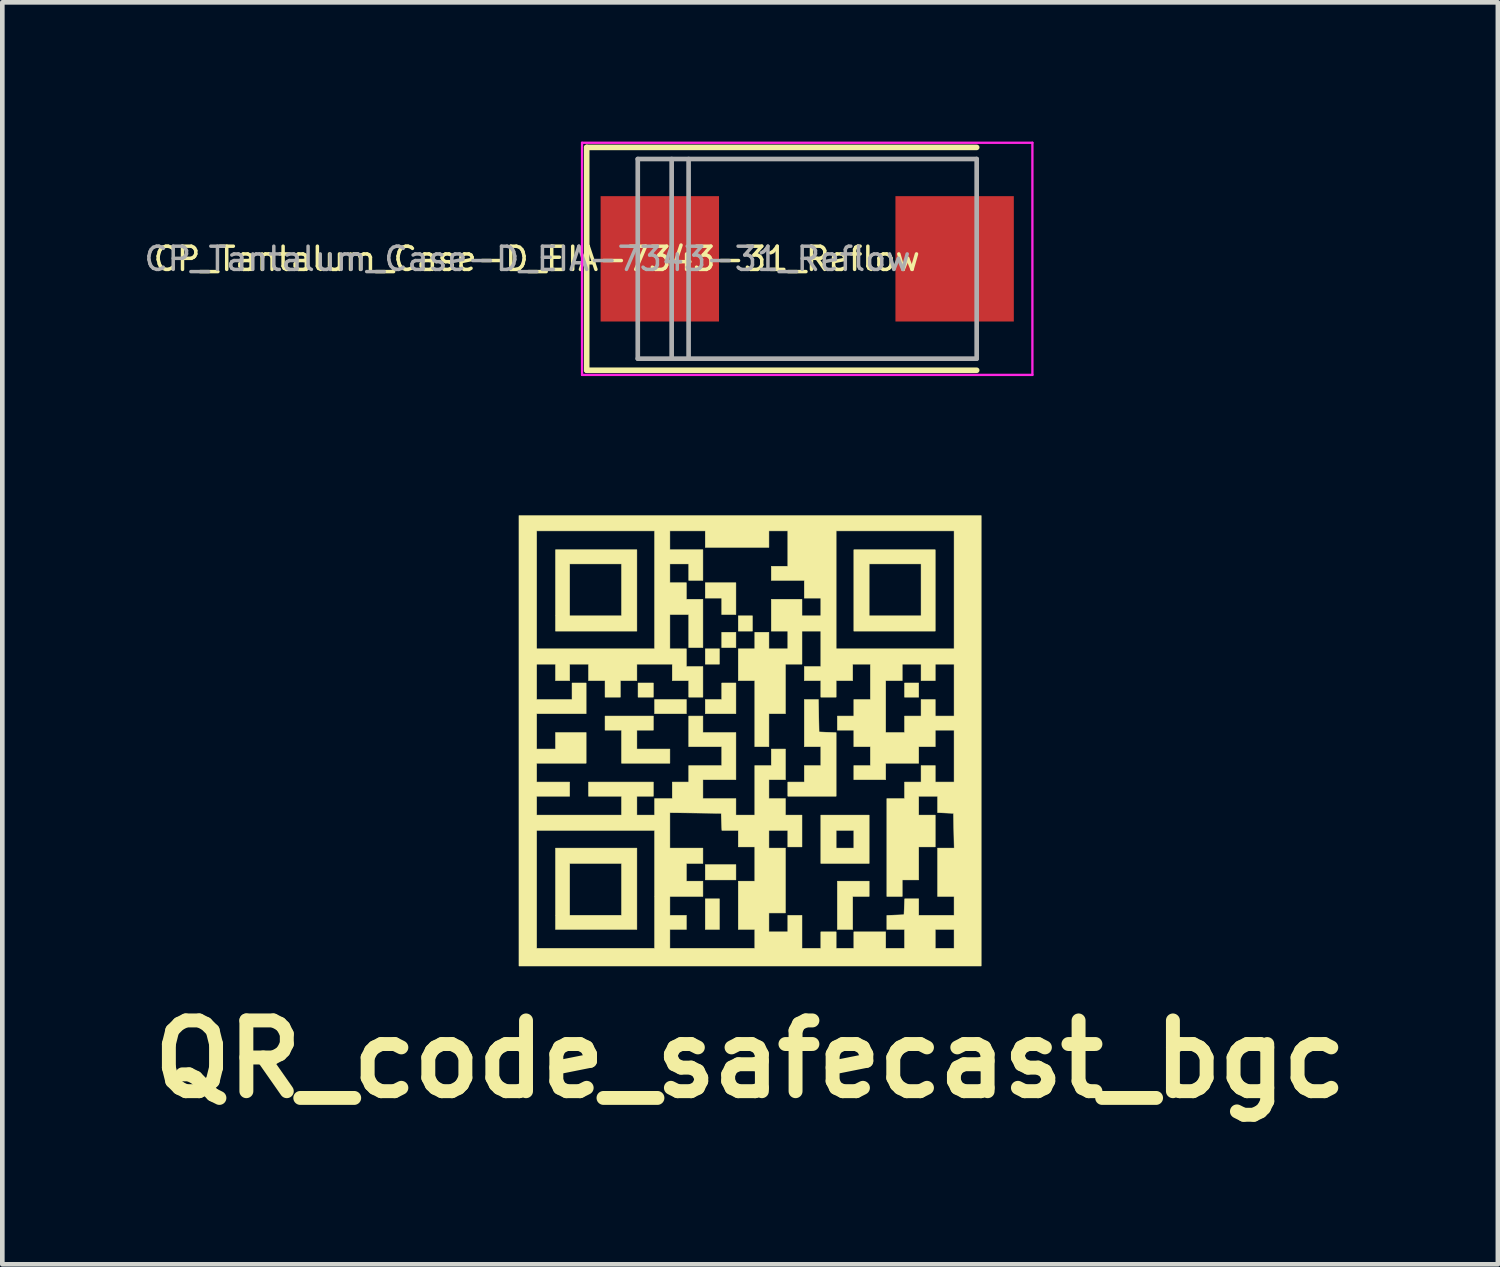
<source format=kicad_pcb>
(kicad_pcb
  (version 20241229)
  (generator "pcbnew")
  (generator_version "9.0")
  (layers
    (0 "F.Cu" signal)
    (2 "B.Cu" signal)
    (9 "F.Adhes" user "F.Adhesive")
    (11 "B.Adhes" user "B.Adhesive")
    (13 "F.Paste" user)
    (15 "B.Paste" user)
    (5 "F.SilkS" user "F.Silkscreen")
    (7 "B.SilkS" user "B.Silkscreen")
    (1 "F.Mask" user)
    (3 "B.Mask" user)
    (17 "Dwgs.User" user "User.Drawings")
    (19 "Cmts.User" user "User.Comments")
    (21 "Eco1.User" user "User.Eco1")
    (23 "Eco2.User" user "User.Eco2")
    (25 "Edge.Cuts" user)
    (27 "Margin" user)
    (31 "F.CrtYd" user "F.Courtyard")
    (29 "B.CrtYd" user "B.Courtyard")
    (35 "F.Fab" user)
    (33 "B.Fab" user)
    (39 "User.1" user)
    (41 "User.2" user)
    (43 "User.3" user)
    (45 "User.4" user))
  (footprint "CP_Tantalum_Case-D_EIA-7343-31_Reflow"
    (layer "F.Cu")
    (at 14.337 2.525)
    (property "Reference" "CP_Tantalum_Case-D_EIA-7343-31_Reflow" (at -5.825 0 0) (layer "F.SilkS") (effects (font (size 0.5 0.5) (thickness 0.075))))
    (attr smd)
    (fp_line (start -4.75 -2.4) (end -4.75 2.4) (stroke (width 0.12) (type solid)) (layer "F.SilkS"))
    (fp_line (start -4.75 -2.4) (end 3.65 -2.4) (stroke (width 0.12) (type solid)) (layer "F.SilkS"))
    (fp_line (start -4.75 2.4) (end 3.65 2.4) (stroke (width 0.12) (type solid)) (layer "F.SilkS"))
    (fp_line (start -4.85 -2.5) (end -4.85 2.5) (stroke (width 0.05) (type solid)) (layer "F.CrtYd"))
    (fp_line (start -4.85 2.5) (end 4.85 2.5) (stroke (width 0.05) (type solid)) (layer "F.CrtYd"))
    (fp_line (start 4.85 -2.5) (end -4.85 -2.5) (stroke (width 0.05) (type solid)) (layer "F.CrtYd"))
    (fp_line (start 4.85 2.5) (end 4.85 -2.5) (stroke (width 0.05) (type solid)) (layer "F.CrtYd"))
    (fp_line (start -3.65 -2.15) (end -3.65 2.15) (stroke (width 0.1) (type solid)) (layer "F.Fab"))
    (fp_line (start -3.65 2.15) (end 3.65 2.15) (stroke (width 0.1) (type solid)) (layer "F.Fab"))
    (fp_line (start -2.92 -2.15) (end -2.92 2.15) (stroke (width 0.1) (type solid)) (layer "F.Fab"))
    (fp_line (start -2.555 -2.15) (end -2.555 2.15) (stroke (width 0.1) (type solid)) (layer "F.Fab"))
    (fp_line (start 3.65 -2.15) (end -3.65 -2.15) (stroke (width 0.1) (type solid)) (layer "F.Fab"))
    (fp_line (start 3.65 2.15) (end 3.65 -2.15) (stroke (width 0.1) (type solid)) (layer "F.Fab"))
    (fp_text user "${REFERENCE}" (at -6.025 0 0) (layer "F.Fab") (effects (font (size 0.5 0.5) (thickness 0.075))))
    (pad "1" smd rect (at -3.175 0) (size 2.55 2.7) (layers "F.Cu" "F.Mask" "F.Paste"))
    (pad "2" smd rect (at 3.175 0) (size 2.55 2.7) (layers "F.Cu" "F.Mask" "F.Paste")))
  (footprint "QR_code_safecast_bgc"
    (layer "F.Cu")
    (at 13.106 12.906)
    (property "Reference" "QR_code_safecast_bgc" (at 0 6.858 0) (layer "F.SilkS") (effects (font (size 1.524 1.524) (thickness 0.3))))
    (attr through_hole)
    (fp_poly (pts (xy -2.083 -0.94) (xy -2.413 -0.94) (xy -2.413 -1.245) (xy -2.083 -1.245)) (stroke (width 0.01) (type solid)) (fill yes) (layer "F.SilkS"))
    (fp_poly (pts (xy -1.372 -0.584) (xy -2.057 -0.584) (xy -2.057 -0.889) (xy -1.372 -0.889)) (stroke (width 0.01) (type solid)) (fill yes) (layer "F.SilkS"))
    (fp_poly (pts (xy -0.66 -1.651) (xy -0.965 -1.651) (xy -0.965 -1.981) (xy -0.66 -1.981)) (stroke (width 0.01) (type solid)) (fill yes) (layer "F.SilkS"))
    (fp_poly (pts (xy -0.66 4.064) (xy -0.965 4.064) (xy -0.965 3.404) (xy -0.66 3.404)) (stroke (width 0.01) (type solid)) (fill yes) (layer "F.SilkS"))
    (fp_poly (pts (xy -0.305 -2.007) (xy -0.61 -2.007) (xy -0.61 -2.337) (xy -0.305 -2.337)) (stroke (width 0.01) (type solid)) (fill yes) (layer "F.SilkS"))
    (fp_poly (pts (xy -0.305 2.997) (xy -0.965 2.997) (xy -0.965 2.667) (xy -0.305 2.667)) (stroke (width 0.01) (type solid)) (fill yes) (layer "F.SilkS"))
    (fp_poly (pts (xy 0.051 -2.362) (xy -0.254 -2.362) (xy -0.254 -2.692) (xy 0.051 -2.692)) (stroke (width 0.01) (type solid)) (fill yes) (layer "F.SilkS"))
    (fp_poly (pts (xy 3.632 -0.94) (xy 3.327 -0.94) (xy 3.327 -1.245) (xy 3.632 -1.245)) (stroke (width 0.01) (type solid)) (fill yes) (layer "F.SilkS"))
    (fp_poly (pts (xy -0.305 -2.718) (xy -0.61 -2.718) (xy -0.61 -3.073) (xy -0.965 -3.073) (xy -0.965 -3.404) (xy -0.305 -3.404)) (stroke (width 0.01) (type solid)) (fill yes) (layer "F.SilkS"))
    (fp_poly (pts (xy -0.305 -0.584) (xy -0.965 -0.584) (xy -0.965 -0.889) (xy -0.61 -0.889) (xy -0.61 -1.245) (xy -0.305 -1.245)) (stroke (width 0.01) (type solid)) (fill yes) (layer "F.SilkS"))
    (fp_poly (pts (xy 2.565 3.353) (xy 2.21 3.353) (xy 2.21 4.064) (xy 1.88 4.064) (xy 1.88 3.023) (xy 2.565 3.023)) (stroke (width 0.01) (type solid)) (fill yes) (layer "F.SilkS"))
    (fp_poly (pts (xy -2.083 -0.229) (xy -2.438 -0.229) (xy -2.438 0.178) (xy -1.727 0.178) (xy -1.727 0.483) (xy -2.769 0.483) (xy -2.769 -0.229) (xy -3.124 -0.229) (xy -3.124 -0.533) (xy -2.083 -0.533)) (stroke (width 0.01) (type solid)) (fill yes) (layer "F.SilkS"))
    (fp_poly (pts (xy -2.438 -2.362) (xy -4.191 -2.362) (xy -4.191 -3.81) (xy -3.886 -3.81) (xy -3.886 -2.692) (xy -2.769 -2.692) (xy -2.769 -3.81) (xy -3.886 -3.81) (xy -4.191 -3.81) (xy -4.191 -4.115) (xy -2.438 -4.115)) (stroke (width 0.01) (type solid)) (fill yes) (layer "F.SilkS"))
    (fp_poly (pts (xy -2.438 4.064) (xy -4.191 4.064) (xy -4.191 2.642) (xy -3.886 2.642) (xy -3.886 3.759) (xy -2.769 3.759) (xy -2.769 2.642) (xy -3.886 2.642) (xy -4.191 2.642) (xy -4.191 2.311) (xy -2.438 2.311)) (stroke (width 0.01) (type solid)) (fill yes) (layer "F.SilkS"))
    (fp_poly (pts (xy 2.565 2.642) (xy 1.524 2.642) (xy 1.524 1.93) (xy 1.854 1.93) (xy 1.854 2.311) (xy 2.235 2.311) (xy 2.235 1.93) (xy 1.854 1.93) (xy 1.524 1.93) (xy 1.524 1.6) (xy 2.565 1.6)) (stroke (width 0.01) (type solid)) (fill yes) (layer "F.SilkS"))
    (fp_poly (pts (xy 3.988 -2.362) (xy 2.235 -2.362) (xy 2.235 -3.81) (xy 2.565 -3.81) (xy 2.565 -2.692) (xy 3.683 -2.692) (xy 3.683 -3.81) (xy 2.565 -3.81) (xy 2.235 -3.81) (xy 2.235 -4.115) (xy 3.988 -4.115)) (stroke (width 0.01) (type solid)) (fill yes) (layer "F.SilkS"))
    (fp_poly (pts (xy 1.486 -0.191) (xy 1.67 -0.183) (xy 1.854 -0.176) (xy 1.854 1.194) (xy 0.813 1.194) (xy 0.813 0.889) (xy 1.168 0.889) (xy 1.168 0.533) (xy 1.524 0.533) (xy 1.524 0.127) (xy 1.168 0.127) (xy 1.168 -0.889) (xy 1.472 -0.889)) (stroke (width 0.01) (type solid)) (fill yes) (layer "F.SilkS"))
    (fp_poly (pts (xy 4.978 4.851) (xy -4.978 4.851) (xy -4.978 1.93) (xy -4.597 1.93) (xy -4.597 4.47) (xy -2.057 4.47) (xy -2.057 2.311) (xy -1.727 2.311) (xy -1.016 2.311) (xy -1.016 2.642) (xy -1.372 2.642) (xy -1.372 3.023) (xy -1.016 3.023) (xy -1.016 3.353) (xy -1.727 3.353) (xy -1.727 3.759) (xy -1.372 3.759) (xy -1.372 4.064) (xy -1.727 4.064) (xy -1.727 4.47) (xy 0.102 4.47) (xy 0.102 4.064) (xy -0.254 4.064) (xy -0.254 3.023) (xy 0.102 3.023) (xy 0.102 2.286) (xy -0.254 2.286) (xy -0.254 1.93) (xy -0.607 1.93) (xy -0.615 1.746) (xy -0.622 1.562) (xy -1.175 1.555) (xy -1.727 1.548) (xy -1.727 2.311) (xy -2.057 2.311) (xy -2.057 1.93) (xy -4.597 1.93) (xy -4.978 1.93) (xy -4.978 -1.651) (xy -4.597 -1.651) (xy -4.597 -0.889) (xy -3.835 -0.889) (xy -3.835 -1.245) (xy -3.531 -1.245) (xy -3.531 -0.584) (xy -4.597 -0.584) (xy -4.597 0.178) (xy -4.191 0.178) (xy -4.191 -0.178) (xy -3.531 -0.178) (xy -3.531 0.483) (xy -4.597 0.483) (xy -4.597 0.889) (xy -3.886 0.889) (xy -3.886 1.194) (xy -4.597 1.194) (xy -4.597 1.6) (xy -2.769 1.6) (xy -2.769 1.194) (xy -3.48 1.194) (xy -3.48 0.889) (xy -2.083 0.889) (xy -2.083 1.194) (xy -2.438 1.194) (xy -2.438 1.6) (xy -2.057 1.6) (xy -2.057 1.245) (xy -1.676 1.245) (xy -1.676 0.889) (xy -1.321 0.889) (xy -1.321 0.533) (xy -0.61 0.533) (xy -0.61 0.127) (xy -1.321 0.127) (xy -1.321 -0.533) (xy -1.016 -0.533) (xy -1.016 -0.178) (xy -0.305 -0.178) (xy -0.305 0.838) (xy -1.016 0.838) (xy -1.016 1.245) (xy -0.305 1.245) (xy -0.305 1.6) (xy 0.102 1.6) (xy 0.102 0.533) (xy 0.457 0.533) (xy 0.457 0.178) (xy 0.762 0.178) (xy 0.762 0.838) (xy 0.406 0.838) (xy 0.406 1.245) (xy 0.762 1.245) (xy 0.762 1.6) (xy 1.118 1.6) (xy 1.118 2.286) (xy 0.813 2.286) (xy 0.813 1.93) (xy 0.406 1.93) (xy 0.406 2.311) (xy 0.762 2.311) (xy 0.762 3.708) (xy 0.406 3.708) (xy 0.406 4.115) (xy 0.813 4.115) (xy 0.813 3.759) (xy 1.118 3.759) (xy 1.118 4.47) (xy 1.524 4.47) (xy 1.524 4.115) (xy 1.854 4.115) (xy 1.854 4.47) (xy 2.235 4.47) (xy 2.235 4.115) (xy 2.921 4.115) (xy 2.921 4.47) (xy 3.327 4.47) (xy 3.327 4.064) (xy 3.988 4.064) (xy 3.988 4.47) (xy 4.394 4.47) (xy 4.394 4.064) (xy 3.988 4.064) (xy 3.327 4.064) (xy 2.946 4.064) (xy 2.946 3.761) (xy 3.131 3.754) (xy 3.315 3.747) (xy 3.322 3.575) (xy 3.33 3.404) (xy 3.632 3.404) (xy 3.632 3.759) (xy 4.394 3.759) (xy 4.394 3.353) (xy 4.039 3.353) (xy 4.039 2.311) (xy 4.396 2.311) (xy 4.381 1.562) (xy 4.039 1.547) (xy 4.039 1.194) (xy 3.632 1.194) (xy 3.632 1.6) (xy 3.988 1.6) (xy 3.988 2.286) (xy 3.632 2.286) (xy 3.632 2.997) (xy 3.277 2.997) (xy 3.277 3.353) (xy 2.946 3.353) (xy 2.946 1.245) (xy 3.327 1.245) (xy 3.327 0.889) (xy 3.683 0.889) (xy 3.683 0.533) (xy 3.988 0.533) (xy 3.988 0.889) (xy 4.394 0.889) (xy 4.394 -0.229) (xy 3.988 -0.229) (xy 3.988 0.127) (xy 3.632 0.127) (xy 3.632 0.483) (xy 2.921 0.483) (xy 2.921 0.838) (xy 2.235 0.838) (xy 2.235 0.533) (xy 2.591 0.533) (xy 2.591 0.127) (xy 2.235 0.127) (xy 2.235 -0.229) (xy 1.88 -0.229) (xy 1.88 -0.533) (xy 2.235 -0.533) (xy 2.235 -0.889) (xy 2.591 -0.889) (xy 2.591 -1.295) (xy 2.921 -1.295) (xy 2.921 -0.178) (xy 3.327 -0.178) (xy 3.327 -0.533) (xy 3.683 -0.533) (xy 3.683 -0.889) (xy 3.988 -0.889) (xy 3.988 -0.533) (xy 4.394 -0.533) (xy 4.394 -1.651) (xy 3.988 -1.651) (xy 3.988 -1.295) (xy 3.683 -1.295) (xy 3.683 -1.651) (xy 3.277 -1.651) (xy 3.277 -1.295) (xy 2.921 -1.295) (xy 2.591 -1.295) (xy 2.591 -1.651) (xy 2.21 -1.651) (xy 2.21 -1.295) (xy 1.854 -1.295) (xy 1.854 -0.94) (xy 1.524 -0.94) (xy 1.524 -1.295) (xy 1.168 -1.295) (xy 1.168 -1.6) (xy 1.524 -1.6) (xy 1.524 -2.362) (xy 1.118 -2.362) (xy 1.118 -1.651) (xy 0.762 -1.651) (xy 0.762 -0.584) (xy 0.406 -0.584) (xy 0.406 0.127) (xy 0.102 0.127) (xy 0.102 -1.295) (xy -0.254 -1.295) (xy -0.254 -1.981) (xy 0.102 -1.981) (xy 0.102 -2.337) (xy 0.406 -2.337) (xy 0.406 -1.981) (xy 0.813 -1.981) (xy 0.813 -2.362) (xy 0.457 -2.362) (xy 0.457 -3.048) (xy 1.118 -3.048) (xy 1.118 -2.692) (xy 1.524 -2.692) (xy 1.524 -3.073) (xy 1.168 -3.073) (xy 1.168 -3.454) (xy 0.457 -3.454) (xy 0.457 -3.759) (xy 0.813 -3.759) (xy 0.813 -4.521) (xy 1.854 -4.521) (xy 1.854 -1.981) (xy 4.394 -1.981) (xy 4.394 -4.521) (xy 1.854 -4.521) (xy 0.813 -4.521) (xy 0.406 -4.521) (xy 0.406 -4.166) (xy -0.965 -4.166) (xy -0.965 -4.521) (xy -1.727 -4.521) (xy -1.727 -4.115) (xy -1.016 -4.115) (xy -1.016 -3.454) (xy -1.321 -3.454) (xy -1.321 -3.81) (xy -1.727 -3.81) (xy -1.727 -3.404) (xy -1.372 -3.404) (xy -1.372 -3.048) (xy -1.016 -3.048) (xy -1.016 -2.007) (xy -1.321 -2.007) (xy -1.321 -2.718) (xy -1.727 -2.718) (xy -1.727 -1.981) (xy -1.372 -1.981) (xy -1.372 -1.6) (xy -1.016 -1.6) (xy -1.016 -0.94) (xy -1.321 -0.94) (xy -1.321 -1.295) (xy -1.676 -1.295) (xy -1.676 -1.651) (xy -2.438 -1.651) (xy -2.438 -1.295) (xy -2.794 -1.295) (xy -2.794 -0.94) (xy -3.124 -0.94) (xy -3.124 -1.295) (xy -3.48 -1.295) (xy -3.48 -1.651) (xy -3.886 -1.651) (xy -3.886 -1.295) (xy -4.191 -1.295) (xy -4.191 -1.651) (xy -4.597 -1.651) (xy -4.978 -1.651) (xy -4.978 -4.521) (xy -4.597 -4.521) (xy -4.597 -1.981) (xy -2.057 -1.981) (xy -2.057 -4.521) (xy -4.597 -4.521) (xy -4.978 -4.521) (xy -4.978 -4.851) (xy 4.978 -4.851)) (stroke (width 0.01) (type solid)) (fill yes) (layer "F.SilkS")))
  (gr_rect
    (start -3 -3)
    (end 29.213 24.182)
    (stroke (width 0.1) (type default))
    (fill no)
    (layer "Edge.Cuts")))
</source>
